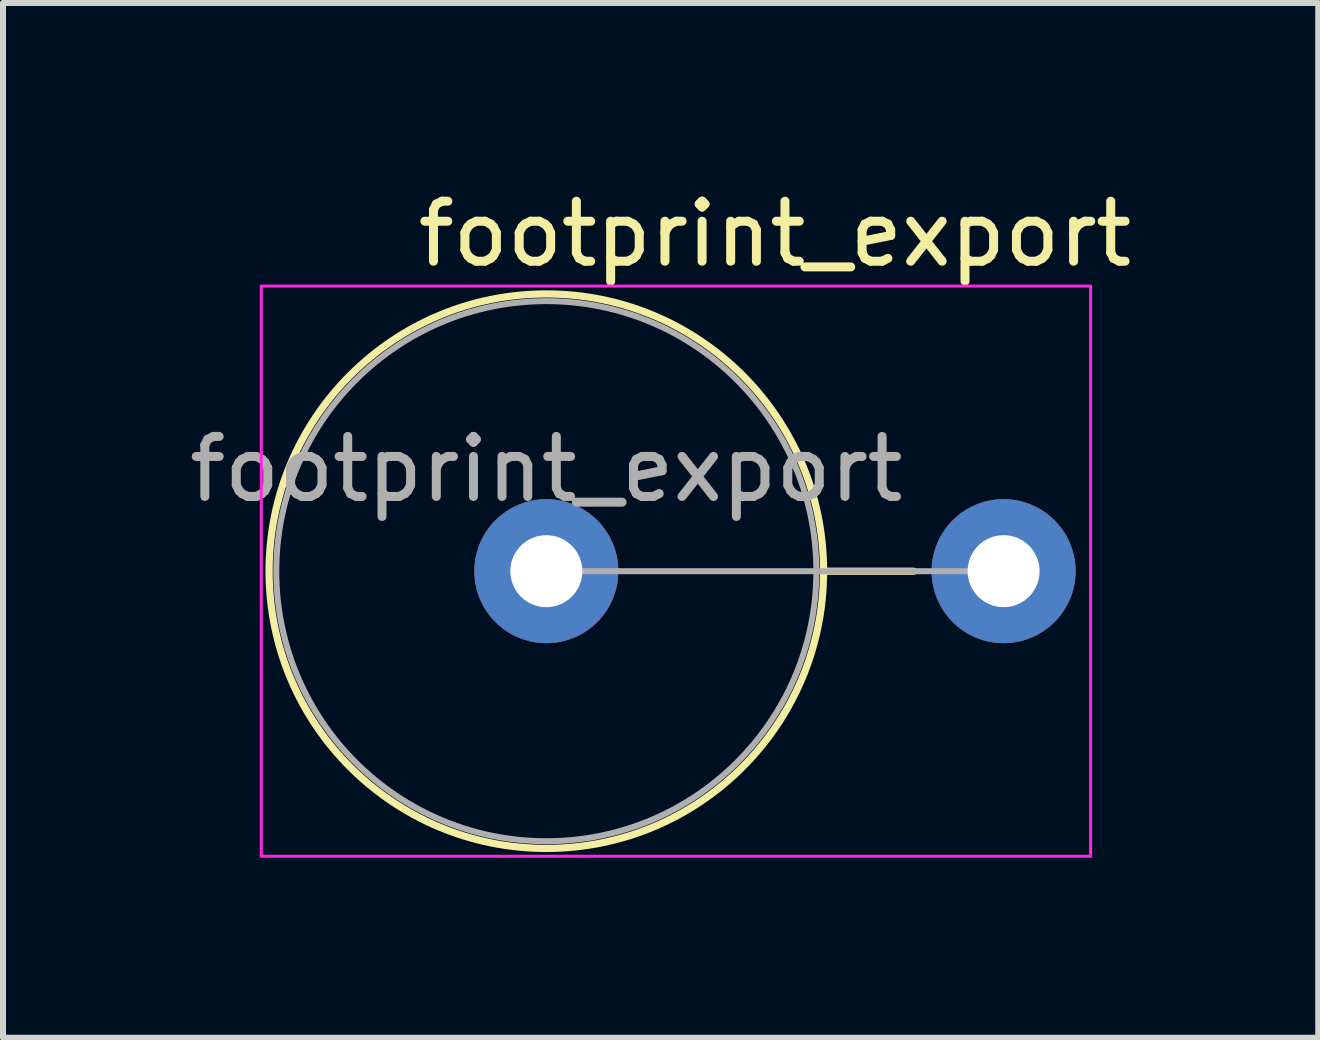
<source format=kicad_pcb>
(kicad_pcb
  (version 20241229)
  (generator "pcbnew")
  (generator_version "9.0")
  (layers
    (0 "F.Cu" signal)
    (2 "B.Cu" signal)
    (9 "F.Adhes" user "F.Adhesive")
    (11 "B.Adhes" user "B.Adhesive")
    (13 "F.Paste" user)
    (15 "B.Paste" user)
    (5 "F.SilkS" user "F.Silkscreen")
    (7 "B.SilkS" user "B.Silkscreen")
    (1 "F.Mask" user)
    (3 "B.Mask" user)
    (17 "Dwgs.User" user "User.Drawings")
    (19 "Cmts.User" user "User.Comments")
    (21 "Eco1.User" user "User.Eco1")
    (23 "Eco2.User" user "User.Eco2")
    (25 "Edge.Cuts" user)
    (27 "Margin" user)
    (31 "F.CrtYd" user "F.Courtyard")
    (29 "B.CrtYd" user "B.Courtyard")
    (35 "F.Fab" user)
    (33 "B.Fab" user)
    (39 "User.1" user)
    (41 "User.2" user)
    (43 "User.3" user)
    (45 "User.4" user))
  (footprint "footprint_export"
    (layer "F.Cu")
    (at 6.054 6.468)
    (property "Reference" "footprint_export" (at 3.81 -5.62 0) (layer "F.SilkS") (effects (font (size 1 1) (thickness 0.15))))
    (attr through_hole)
    (fp_line (start 4.62 0) (end 6.12 0) (stroke (width 0.12) (type solid)) (layer "F.SilkS"))
    (fp_circle (center 0 0) (end 4.62 0) (stroke (width 0.12) (type solid)) (fill no) (layer "F.SilkS"))
    (fp_line (start -4.75 -4.75) (end -4.75 4.75) (stroke (width 0.05) (type solid)) (layer "F.CrtYd"))
    (fp_line (start -4.75 4.75) (end 9.07 4.75) (stroke (width 0.05) (type solid)) (layer "F.CrtYd"))
    (fp_line (start 9.07 -4.75) (end -4.75 -4.75) (stroke (width 0.05) (type solid)) (layer "F.CrtYd"))
    (fp_line (start 9.07 4.75) (end 9.07 -4.75) (stroke (width 0.05) (type solid)) (layer "F.CrtYd"))
    (fp_line (start 0 0) (end 7.62 0) (stroke (width 0.1) (type solid)) (layer "F.Fab"))
    (fp_circle (center 0 0) (end 4.5 0) (stroke (width 0.1) (type solid)) (fill no) (layer "F.Fab"))
    (fp_text user "${REFERENCE}" (at 0 -1.7 0) (layer "F.Fab") (effects (font (size 1 1) (thickness 0.15))))
    (pad "1" thru_hole circle (at 0 0) (size 2.4 2.4) (drill 1.2) (layers "*.Cu" "*.Mask"))
    (pad "2" thru_hole oval (at 7.62 0) (size 2.4 2.4) (drill 1.2) (layers "*.Cu" "*.Mask")))
  (gr_rect
    (start -3 -3)
    (end 18.917 14.243)
    (stroke (width 0.1) (type default))
    (fill no)
    (layer "Edge.Cuts")))
</source>
